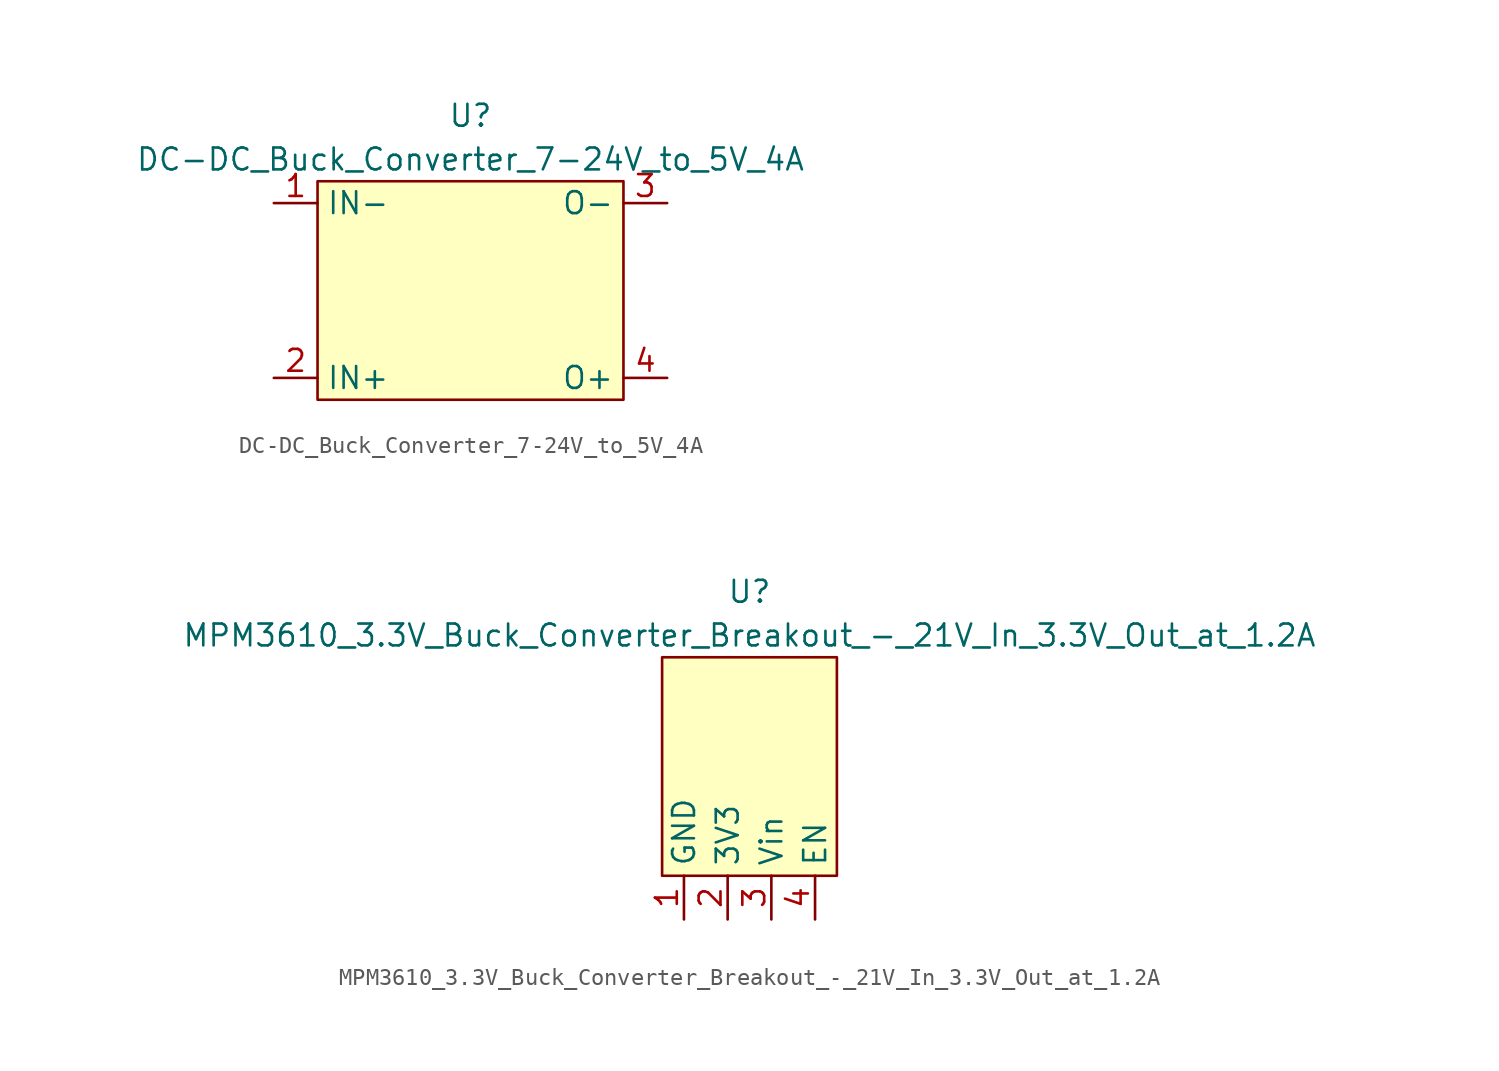
<source format=kicad_sym>
(kicad_symbol_lib
  (version 20211014)
  (generator kicad_symbol_editor)
  (symbol "DC-DC_Buck_Converter_7-24V_to_5V_4A"
    (property "Reference" "U"
      (at 0 10.16 0)
      (effects (font (size 1.27 1.27))))
    (property "Value" "DC-DC_Buck_Converter_7-24V_to_5V_4A"
      (at 0 7.62 0)
      (effects (font (size 1.27 1.27))))
    (symbol "DC-DC_Buck_Converter_7-24V_to_5V_4A_0_1"
      (rectangle (start -8.89 6.35) (end 8.89 -6.35) (stroke (width 0) (type default) (color 0 0 0 0)) (fill (type background))))
    (symbol "DC-DC_Buck_Converter_7-24V_to_5V_4A_1_1"
      (pin input line (at -11.43 5.08 0) (length 2.54) (name "IN-" (effects (font (size 1.27 1.27)))) (number "1" (effects (font (size 1.27 1.27)))))
      (pin input line (at -11.43 -5.08 0) (length 2.54) (name "IN+" (effects (font (size 1.27 1.27)))) (number "2" (effects (font (size 1.27 1.27)))))
      (pin output line (at 11.43 5.08 180) (length 2.54) (name "O-" (effects (font (size 1.27 1.27)))) (number "3" (effects (font (size 1.27 1.27)))))
      (pin output line (at 11.43 -5.08 180) (length 2.54) (name "O+" (effects (font (size 1.27 1.27)))) (number "4" (effects (font (size 1.27 1.27)))))))
  (symbol "MPM3610_3.3V_Buck_Converter_Breakout_-_21V_In_3.3V_Out_at_1.2A"
    (property "Reference" "U"
      (at 0 7.62 0)
      (effects (font (size 1.27 1.27))))
    (property "Value" "MPM3610_3.3V_Buck_Converter_Breakout_-_21V_In_3.3V_Out_at_1.2A"
      (at 0 5.08 0)
      (effects (font (size 1.27 1.27))))
    (symbol "MPM3610_3.3V_Buck_Converter_Breakout_-_21V_In_3.3V_Out_at_1.2A_0_1"
      (rectangle (start -5.08 3.81) (end 5.08 -8.89) (stroke (width 0) (type default) (color 0 0 0 0)) (fill (type background))))
    (symbol "MPM3610_3.3V_Buck_Converter_Breakout_-_21V_In_3.3V_Out_at_1.2A_1_1"
      (pin output line (at -3.81 -11.43 90) (length 2.54) (name "GND" (effects (font (size 1.27 1.27)))) (number "1" (effects (font (size 1.27 1.27)))))
      (pin output line (at -1.27 -11.43 90) (length 2.54) (name "3V3" (effects (font (size 1.27 1.27)))) (number "2" (effects (font (size 1.27 1.27)))))
      (pin input line (at 1.27 -11.43 90) (length 2.54) (name "Vin" (effects (font (size 1.27 1.27)))) (number "3" (effects (font (size 1.27 1.27)))))
      (pin input line (at 3.81 -11.43 90) (length 2.54) (name "EN" (effects (font (size 1.27 1.27)))) (number "4" (effects (font (size 1.27 1.27))))))))
</source>
